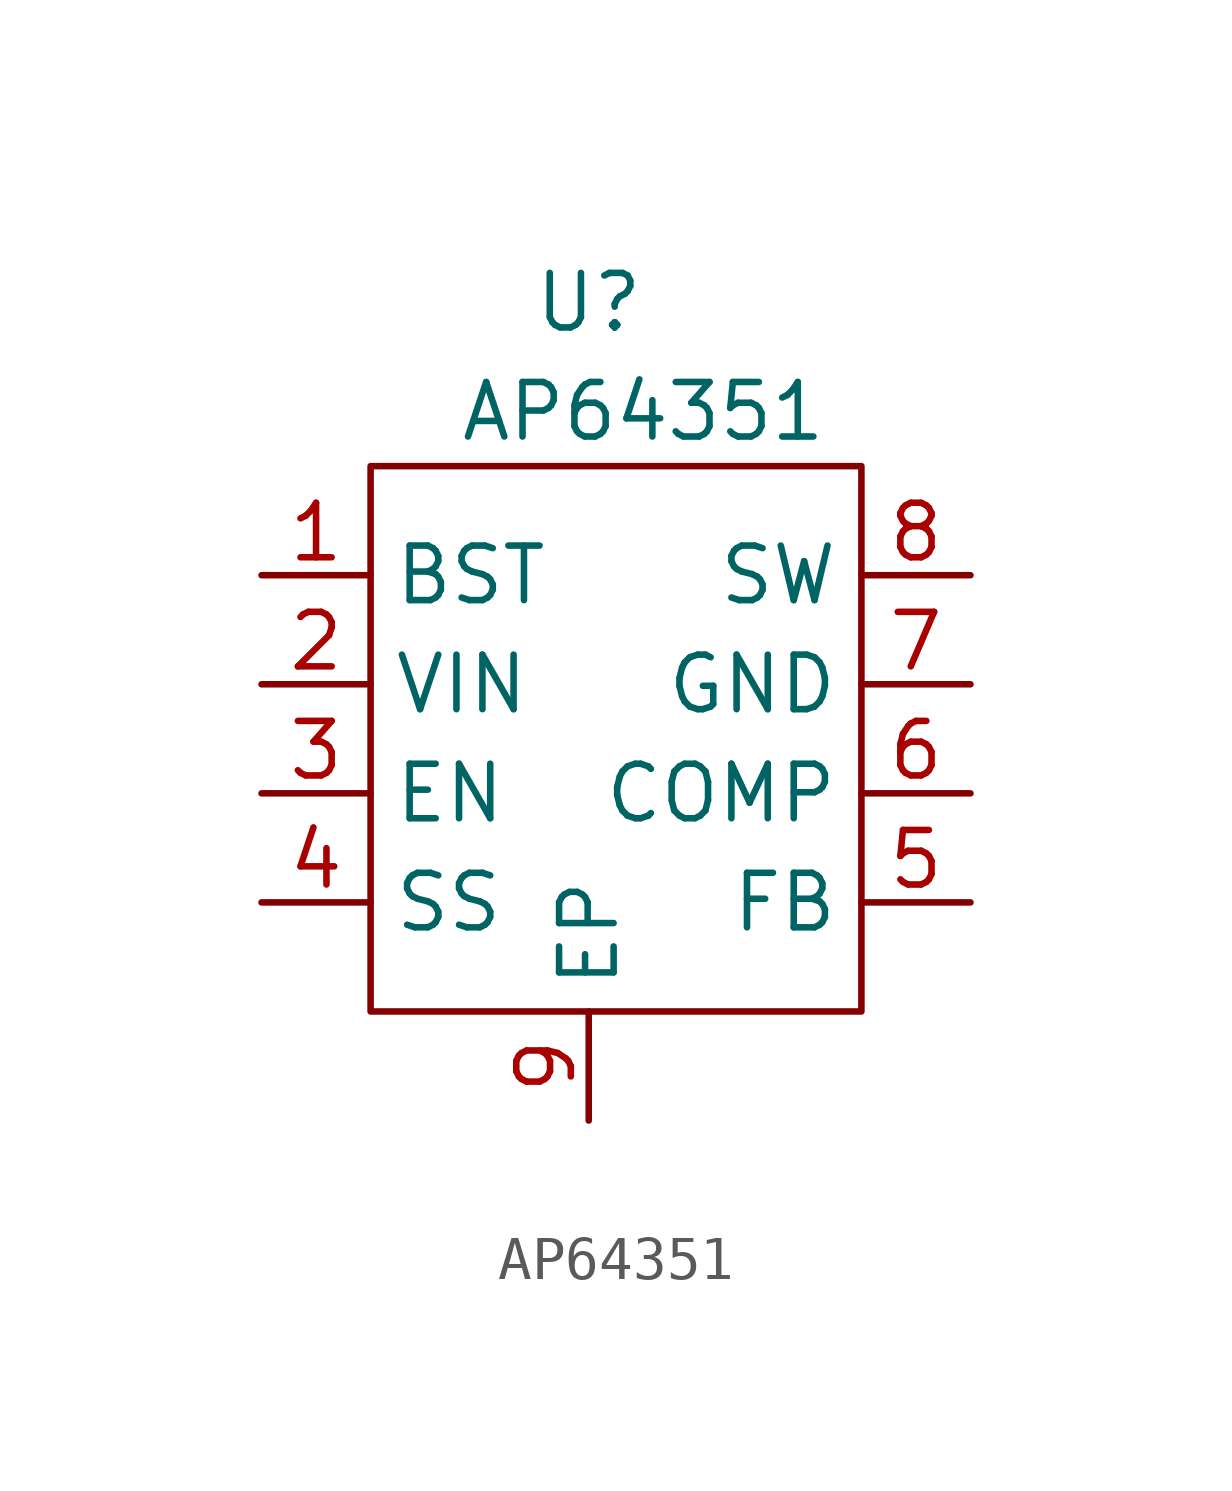
<source format=kicad_sym>
(kicad_symbol_lib
  (version 20201005)
  (generator kicad_symbol_editor)
  (symbol "ioboard:AP64351"
    (property "Reference" "U"
      (at 0 8.89 0)
      (effects (font (size 1.27 1.27))))
    (property "Value" "AP64351"
      (at 1.27 6.35 0)
      (effects (font (size 1.27 1.27))))
    (symbol "AP64351_0_1"
      (rectangle (start -5.08 5.08) (end 6.35 -7.62) (stroke (width 0)) (fill (type none))))
    (symbol "AP64351_1_1"
      (pin passive line (at -7.62 2.54 0) (length 2.54) (name "BST" (effects (font (size 1.27 1.27)))) (number "1" (effects (font (size 1.27 1.27)))))
      (pin power_in line (at -7.62 0 0) (length 2.54) (name "VIN" (effects (font (size 1.27 1.27)))) (number "2" (effects (font (size 1.27 1.27)))))
      (pin input line (at -7.62 -2.54 0) (length 2.54) (name "EN" (effects (font (size 1.27 1.27)))) (number "3" (effects (font (size 1.27 1.27)))))
      (pin input line (at -7.62 -5.08 0) (length 2.54) (name "SS" (effects (font (size 1.27 1.27)))) (number "4" (effects (font (size 1.27 1.27)))))
      (pin input line (at 8.89 -5.08 180) (length 2.54) (name "FB" (effects (font (size 1.27 1.27)))) (number "5" (effects (font (size 1.27 1.27)))))
      (pin input line (at 8.89 -2.54 180) (length 2.54) (name "COMP" (effects (font (size 1.27 1.27)))) (number "6" (effects (font (size 1.27 1.27)))))
      (pin power_in line (at 8.89 0 180) (length 2.54) (name "GND" (effects (font (size 1.27 1.27)))) (number "7" (effects (font (size 1.27 1.27)))))
      (pin output line (at 8.89 2.54 180) (length 2.54) (name "SW" (effects (font (size 1.27 1.27)))) (number "8" (effects (font (size 1.27 1.27)))))
      (pin passive line (at 0 -10.16 90) (length 2.54) (name "EP" (effects (font (size 1.27 1.27)))) (number "9" (effects (font (size 1.27 1.27))))))))
</source>
